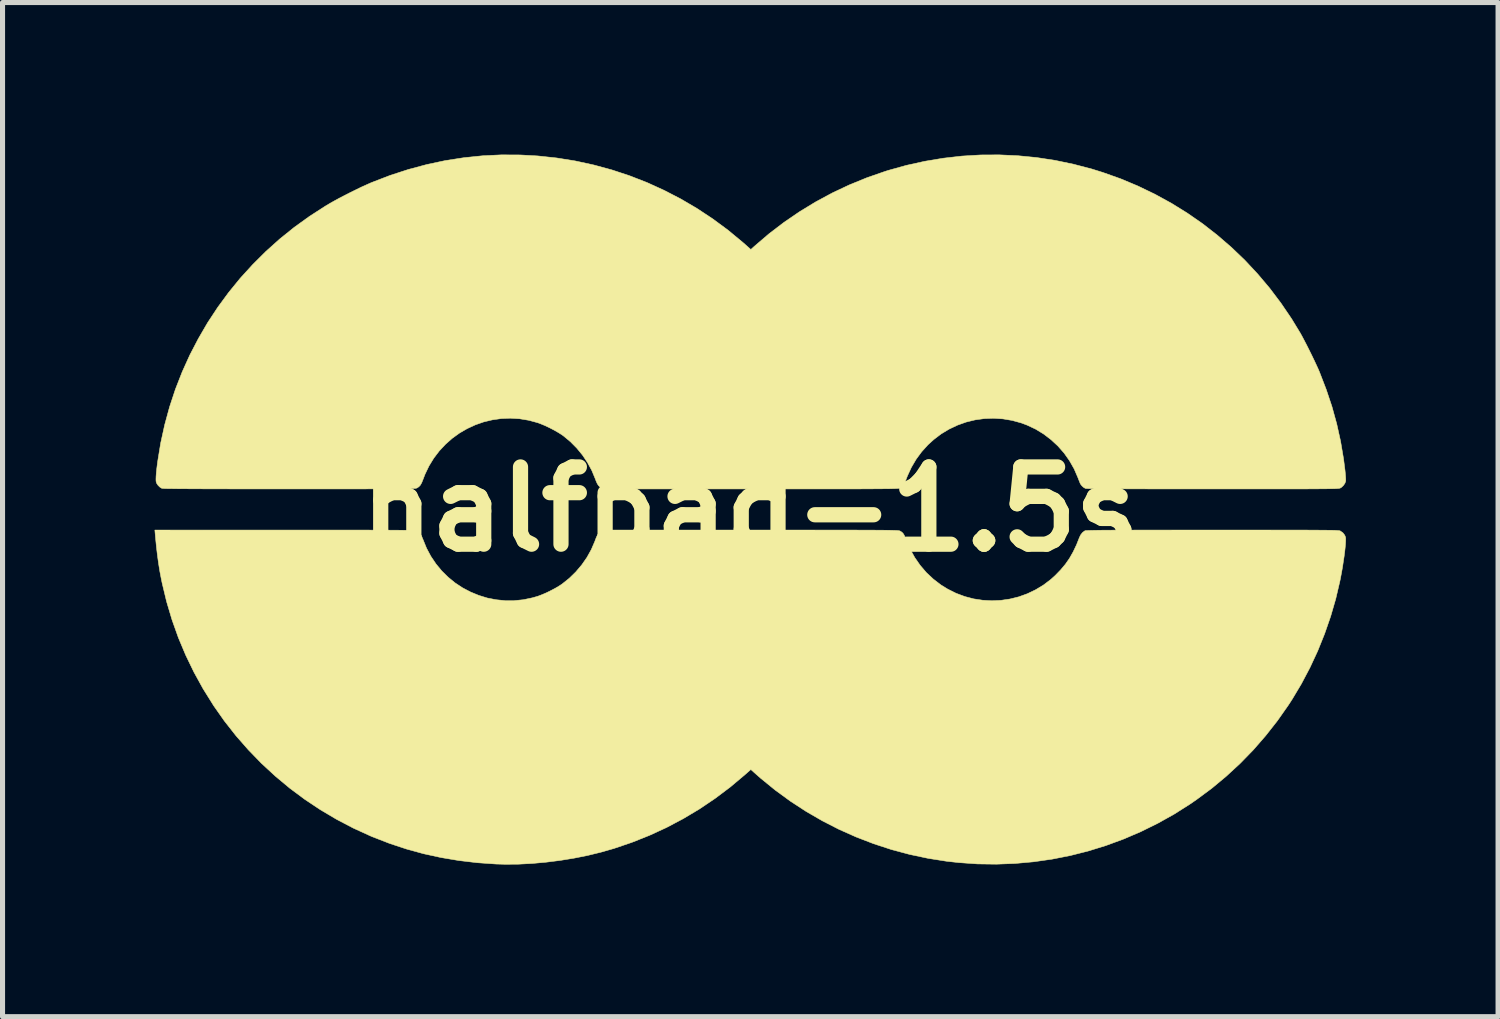
<source format=kicad_pcb>
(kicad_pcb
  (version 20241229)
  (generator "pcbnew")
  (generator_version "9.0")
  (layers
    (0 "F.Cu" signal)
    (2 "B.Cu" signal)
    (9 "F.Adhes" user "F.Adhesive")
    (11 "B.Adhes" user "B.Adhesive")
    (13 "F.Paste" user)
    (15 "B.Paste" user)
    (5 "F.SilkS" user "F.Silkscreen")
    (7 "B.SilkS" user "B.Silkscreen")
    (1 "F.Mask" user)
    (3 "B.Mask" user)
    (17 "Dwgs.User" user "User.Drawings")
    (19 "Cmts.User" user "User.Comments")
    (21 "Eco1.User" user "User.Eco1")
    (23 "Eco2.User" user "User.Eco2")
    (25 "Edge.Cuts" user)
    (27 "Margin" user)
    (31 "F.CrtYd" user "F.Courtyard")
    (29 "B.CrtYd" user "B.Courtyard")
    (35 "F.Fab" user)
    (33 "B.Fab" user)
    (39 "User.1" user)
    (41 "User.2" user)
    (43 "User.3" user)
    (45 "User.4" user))
  (footprint "halfpad-1.5s"
    (layer "F.Cu")
    (at 11.754 6.996)
    (property "Reference" "halfpad-1.5s" (at 0 0 0) (layer "F.SilkS") (effects (font (size 1.524 1.524) (thickness 0.3))))
    (attr through_hole)
    (fp_poly (pts (xy 0.294 0.41) (xy 0.56 0.41) (xy 0.808 0.41) (xy 1.038 0.41) (xy 1.25 0.41) (xy 1.446 0.411) (xy 1.626 0.411) (xy 1.79 0.411) (xy 1.94 0.411) (xy 2.077 0.411) (xy 2.2 0.412) (xy 2.31 0.412) (xy 2.409 0.412) (xy 2.497 0.413) (xy 2.575 0.413) (xy 2.642 0.414) (xy 2.701 0.414) (xy 2.751 0.415) (xy 2.794 0.416) (xy 2.83 0.417) (xy 2.859 0.418) (xy 2.883 0.419) (xy 2.902 0.42) (xy 2.917 0.422) (xy 2.928 0.423) (xy 2.936 0.424) (xy 2.942 0.426) (xy 2.947 0.428) (xy 2.95 0.429) (xy 2.981 0.448) (xy 3.007 0.471) (xy 3.028 0.502) (xy 3.049 0.544) (xy 3.072 0.602) (xy 3.073 0.605) (xy 3.149 0.785) (xy 3.241 0.952) (xy 3.349 1.107) (xy 3.471 1.25) (xy 3.608 1.378) (xy 3.758 1.493) (xy 3.891 1.575) (xy 4.057 1.658) (xy 4.229 1.722) (xy 4.404 1.768) (xy 4.583 1.795) (xy 4.762 1.805) (xy 4.941 1.797) (xy 5.119 1.771) (xy 5.293 1.728) (xy 5.462 1.667) (xy 5.625 1.589) (xy 5.781 1.495) (xy 5.927 1.384) (xy 6.011 1.308) (xy 6.119 1.197) (xy 6.213 1.085) (xy 6.295 0.967) (xy 6.367 0.84) (xy 6.433 0.701) (xy 6.49 0.557) (xy 6.515 0.506) (xy 6.549 0.462) (xy 6.588 0.431) (xy 6.602 0.424) (xy 6.608 0.422) (xy 6.62 0.421) (xy 6.638 0.42) (xy 6.663 0.419) (xy 6.696 0.418) (xy 6.736 0.417) (xy 6.786 0.416) (xy 6.846 0.415) (xy 6.915 0.414) (xy 6.996 0.413) (xy 7.089 0.413) (xy 7.194 0.412) (xy 7.312 0.412) (xy 7.444 0.412) (xy 7.59 0.411) (xy 7.751 0.411) (xy 7.928 0.411) (xy 8.122 0.411) (xy 8.333 0.41) (xy 8.561 0.41) (xy 8.809 0.41) (xy 9.075 0.41) (xy 9.117 0.41) (xy 9.38 0.41) (xy 9.624 0.41) (xy 9.85 0.41) (xy 10.057 0.41) (xy 10.248 0.41) (xy 10.422 0.411) (xy 10.581 0.411) (xy 10.725 0.411) (xy 10.855 0.411) (xy 10.971 0.411) (xy 11.076 0.412) (xy 11.168 0.412) (xy 11.249 0.413) (xy 11.32 0.413) (xy 11.381 0.414) (xy 11.433 0.415) (xy 11.477 0.415) (xy 11.514 0.416) (xy 11.545 0.417) (xy 11.569 0.419) (xy 11.589 0.42) (xy 11.604 0.421) (xy 11.615 0.423) (xy 11.623 0.424) (xy 11.63 0.426) (xy 11.635 0.428) (xy 11.638 0.43) (xy 11.688 0.465) (xy 11.724 0.512) (xy 11.74 0.552) (xy 11.743 0.58) (xy 11.742 0.626) (xy 11.739 0.687) (xy 11.732 0.761) (xy 11.723 0.845) (xy 11.711 0.937) (xy 11.696 1.035) (xy 11.681 1.136) (xy 11.663 1.239) (xy 11.644 1.34) (xy 11.629 1.416) (xy 11.547 1.766) (xy 11.446 2.114) (xy 11.327 2.457) (xy 11.191 2.795) (xy 11.038 3.124) (xy 10.869 3.444) (xy 10.685 3.752) (xy 10.613 3.863) (xy 10.397 4.171) (xy 10.166 4.465) (xy 9.921 4.747) (xy 9.661 5.014) (xy 9.387 5.267) (xy 9.1 5.506) (xy 8.799 5.729) (xy 8.668 5.819) (xy 8.354 6.018) (xy 8.031 6.198) (xy 7.7 6.361) (xy 7.362 6.506) (xy 7.017 6.633) (xy 6.665 6.742) (xy 6.309 6.832) (xy 5.949 6.903) (xy 5.585 6.955) (xy 5.219 6.988) (xy 4.851 7.002) (xy 4.482 6.997) (xy 4.112 6.971) (xy 3.876 6.945) (xy 3.507 6.887) (xy 3.143 6.81) (xy 2.784 6.714) (xy 2.432 6.599) (xy 2.086 6.466) (xy 1.749 6.316) (xy 1.419 6.147) (xy 1.099 5.962) (xy 0.789 5.76) (xy 0.489 5.541) (xy 0.201 5.306) (xy 0.082 5.201) (xy 0.008 5.134) (xy -0.109 5.237) (xy -0.398 5.48) (xy -0.697 5.705) (xy -1.007 5.914) (xy -1.327 6.105) (xy -1.656 6.279) (xy -1.993 6.434) (xy -2.339 6.572) (xy -2.692 6.692) (xy -2.947 6.765) (xy -3.208 6.829) (xy -3.478 6.883) (xy -3.754 6.928) (xy -4.032 6.963) (xy -4.308 6.988) (xy -4.578 7.002) (xy -4.839 7.004) (xy -5.019 6.999) (xy -5.391 6.973) (xy -5.752 6.93) (xy -6.103 6.871) (xy -6.447 6.796) (xy -6.785 6.703) (xy -7.118 6.593) (xy -7.448 6.465) (xy -7.496 6.445) (xy -7.835 6.29) (xy -8.165 6.117) (xy -8.484 5.928) (xy -8.792 5.723) (xy -9.089 5.502) (xy -9.373 5.265) (xy -9.645 5.014) (xy -9.903 4.748) (xy -10.148 4.469) (xy -10.378 4.176) (xy -10.593 3.87) (xy -10.601 3.856) (xy -10.799 3.539) (xy -10.979 3.212) (xy -11.141 2.877) (xy -11.285 2.534) (xy -11.41 2.183) (xy -11.517 1.824) (xy -11.605 1.459) (xy -11.623 1.371) (xy -11.651 1.225) (xy -11.675 1.076) (xy -11.697 0.919) (xy -11.717 0.752) (xy -11.735 0.57) (xy -11.744 0.468) (xy -11.749 0.41) (xy -9.185 0.411) (xy -8.917 0.411) (xy -8.668 0.411) (xy -8.438 0.411) (xy -8.226 0.411) (xy -8.031 0.411) (xy -7.852 0.411) (xy -7.689 0.411) (xy -7.541 0.411) (xy -7.407 0.412) (xy -7.286 0.412) (xy -7.178 0.412) (xy -7.082 0.413) (xy -6.997 0.413) (xy -6.923 0.414) (xy -6.859 0.414) (xy -6.803 0.415) (xy -6.756 0.416) (xy -6.716 0.417) (xy -6.683 0.418) (xy -6.657 0.419) (xy -6.635 0.42) (xy -6.618 0.421) (xy -6.606 0.423) (xy -6.596 0.424) (xy -6.588 0.426) (xy -6.583 0.428) (xy -6.579 0.429) (xy -6.543 0.451) (xy -6.514 0.483) (xy -6.488 0.528) (xy -6.463 0.589) (xy -6.46 0.595) (xy -6.39 0.768) (xy -6.304 0.929) (xy -6.203 1.079) (xy -6.089 1.217) (xy -5.963 1.341) (xy -5.826 1.453) (xy -5.679 1.55) (xy -5.523 1.632) (xy -5.36 1.699) (xy -5.192 1.751) (xy -5.018 1.785) (xy -4.841 1.803) (xy -4.662 1.803) (xy -4.481 1.785) (xy -4.301 1.747) (xy -4.193 1.716) (xy -4.114 1.686) (xy -4.025 1.648) (xy -3.934 1.603) (xy -3.845 1.556) (xy -3.765 1.508) (xy -3.714 1.474) (xy -3.574 1.362) (xy -3.445 1.236) (xy -3.328 1.098) (xy -3.225 0.95) (xy -3.139 0.795) (xy -3.07 0.635) (xy -3.063 0.615) (xy -3.039 0.552) (xy -3.015 0.504) (xy -2.991 0.47) (xy -2.963 0.445) (xy -2.94 0.432) (xy -2.896 0.41) (xy 0.009 0.41) (xy 0.294 0.41)) (stroke (width 0.01) (type solid)) (fill yes) (layer "F.SilkS"))
    (fp_poly (pts (xy -4.54 -6.989) (xy -4.196 -6.97) (xy -3.823 -6.93) (xy -3.455 -6.871) (xy -3.092 -6.792) (xy -2.735 -6.695) (xy -2.384 -6.579) (xy -2.04 -6.445) (xy -1.704 -6.292) (xy -1.375 -6.122) (xy -1.056 -5.935) (xy -0.746 -5.73) (xy -0.445 -5.508) (xy -0.156 -5.269) (xy -0.109 -5.228) (xy 0.008 -5.124) (xy 0.082 -5.191) (xy 0.365 -5.433) (xy 0.661 -5.659) (xy 0.968 -5.869) (xy 1.285 -6.062) (xy 1.613 -6.239) (xy 1.95 -6.398) (xy 2.295 -6.539) (xy 2.648 -6.662) (xy 2.717 -6.684) (xy 3.076 -6.784) (xy 3.438 -6.864) (xy 3.804 -6.925) (xy 4.171 -6.967) (xy 4.54 -6.989) (xy 4.909 -6.991) (xy 5.278 -6.974) (xy 5.646 -6.938) (xy 6.012 -6.882) (xy 6.375 -6.806) (xy 6.735 -6.712) (xy 6.952 -6.644) (xy 7.304 -6.519) (xy 7.647 -6.375) (xy 7.981 -6.214) (xy 8.304 -6.037) (xy 8.617 -5.843) (xy 8.92 -5.633) (xy 9.21 -5.407) (xy 9.488 -5.167) (xy 9.754 -4.912) (xy 10.006 -4.642) (xy 10.244 -4.36) (xy 10.468 -4.063) (xy 10.677 -3.755) (xy 10.849 -3.472) (xy 10.887 -3.403) (xy 10.93 -3.321) (xy 10.978 -3.229) (xy 11.027 -3.131) (xy 11.076 -3.032) (xy 11.123 -2.934) (xy 11.166 -2.842) (xy 11.203 -2.761) (xy 11.228 -2.702) (xy 11.359 -2.362) (xy 11.472 -2.024) (xy 11.566 -1.684) (xy 11.642 -1.341) (xy 11.701 -0.992) (xy 11.729 -0.772) (xy 11.735 -0.712) (xy 11.74 -0.655) (xy 11.743 -0.608) (xy 11.744 -0.572) (xy 11.743 -0.555) (xy 11.727 -0.511) (xy 11.697 -0.468) (xy 11.66 -0.433) (xy 11.64 -0.421) (xy 11.635 -0.418) (xy 11.63 -0.416) (xy 11.624 -0.415) (xy 11.616 -0.413) (xy 11.605 -0.411) (xy 11.591 -0.41) (xy 11.573 -0.409) (xy 11.549 -0.407) (xy 11.52 -0.406) (xy 11.484 -0.405) (xy 11.441 -0.405) (xy 11.39 -0.404) (xy 11.331 -0.403) (xy 11.262 -0.403) (xy 11.183 -0.402) (xy 11.093 -0.402) (xy 10.991 -0.401) (xy 10.877 -0.401) (xy 10.749 -0.401) (xy 10.608 -0.401) (xy 10.452 -0.401) (xy 10.281 -0.4) (xy 10.093 -0.4) (xy 9.889 -0.4) (xy 9.667 -0.4) (xy 9.426 -0.4) (xy 9.167 -0.4) (xy 9.118 -0.4) (xy 8.824 -0.4) (xy 8.549 -0.4) (xy 8.293 -0.401) (xy 8.057 -0.401) (xy 7.84 -0.401) (xy 7.641 -0.402) (xy 7.461 -0.402) (xy 7.299 -0.403) (xy 7.155 -0.403) (xy 7.028 -0.404) (xy 6.918 -0.405) (xy 6.826 -0.405) (xy 6.75 -0.406) (xy 6.691 -0.407) (xy 6.647 -0.408) (xy 6.62 -0.41) (xy 6.608 -0.411) (xy 6.608 -0.411) (xy 6.573 -0.431) (xy 6.538 -0.463) (xy 6.512 -0.497) (xy 6.51 -0.5) (xy 6.501 -0.52) (xy 6.488 -0.553) (xy 6.471 -0.595) (xy 6.46 -0.625) (xy 6.386 -0.796) (xy 6.294 -0.958) (xy 6.188 -1.108) (xy 6.066 -1.247) (xy 5.931 -1.372) (xy 5.784 -1.484) (xy 5.627 -1.58) (xy 5.459 -1.659) (xy 5.345 -1.702) (xy 5.164 -1.752) (xy 4.98 -1.783) (xy 4.796 -1.795) (xy 4.613 -1.788) (xy 4.433 -1.763) (xy 4.256 -1.72) (xy 4.085 -1.659) (xy 3.92 -1.581) (xy 3.762 -1.486) (xy 3.615 -1.374) (xy 3.502 -1.271) (xy 3.377 -1.133) (xy 3.269 -0.986) (xy 3.176 -0.828) (xy 3.097 -0.657) (xy 3.073 -0.595) (xy 3.05 -0.537) (xy 3.029 -0.493) (xy 3.008 -0.462) (xy 2.983 -0.439) (xy 2.952 -0.42) (xy 2.95 -0.419) (xy 2.946 -0.417) (xy 2.941 -0.416) (xy 2.935 -0.414) (xy 2.926 -0.413) (xy 2.914 -0.411) (xy 2.898 -0.41) (xy 2.879 -0.409) (xy 2.854 -0.408) (xy 2.823 -0.407) (xy 2.786 -0.406) (xy 2.742 -0.405) (xy 2.689 -0.404) (xy 2.629 -0.404) (xy 2.559 -0.403) (xy 2.48 -0.403) (xy 2.39 -0.402) (xy 2.288 -0.402) (xy 2.175 -0.401) (xy 2.049 -0.401) (xy 1.91 -0.401) (xy 1.757 -0.401) (xy 1.589 -0.401) (xy 1.406 -0.401) (xy 1.207 -0.4) (xy 0.991 -0.4) (xy 0.758 -0.4) (xy 0.506 -0.4) (xy 0.236 -0.4) (xy 0.009 -0.4) (xy -2.896 -0.4) (xy -2.94 -0.422) (xy -2.971 -0.441) (xy -2.998 -0.468) (xy -3.022 -0.505) (xy -3.045 -0.557) (xy -3.063 -0.605) (xy -3.129 -0.764) (xy -3.213 -0.919) (xy -3.312 -1.067) (xy -3.426 -1.206) (xy -3.552 -1.333) (xy -3.688 -1.446) (xy -3.713 -1.464) (xy -3.783 -1.509) (xy -3.866 -1.557) (xy -3.956 -1.604) (xy -4.048 -1.648) (xy -4.135 -1.684) (xy -4.193 -1.706) (xy -4.373 -1.755) (xy -4.554 -1.785) (xy -4.735 -1.796) (xy -4.913 -1.789) (xy -5.089 -1.764) (xy -5.261 -1.723) (xy -5.427 -1.665) (xy -5.587 -1.591) (xy -5.739 -1.503) (xy -5.882 -1.4) (xy -6.015 -1.282) (xy -6.137 -1.152) (xy -6.246 -1.009) (xy -6.341 -0.854) (xy -6.421 -0.687) (xy -6.46 -0.585) (xy -6.485 -0.523) (xy -6.511 -0.476) (xy -6.541 -0.444) (xy -6.575 -0.421) (xy -6.579 -0.419) (xy -6.584 -0.417) (xy -6.59 -0.416) (xy -6.598 -0.414) (xy -6.608 -0.412) (xy -6.622 -0.411) (xy -6.639 -0.41) (xy -6.662 -0.408) (xy -6.69 -0.407) (xy -6.725 -0.406) (xy -6.766 -0.406) (xy -6.815 -0.405) (xy -6.873 -0.404) (xy -6.94 -0.403) (xy -7.018 -0.403) (xy -7.106 -0.402) (xy -7.205 -0.402) (xy -7.317 -0.402) (xy -7.442 -0.402) (xy -7.58 -0.401) (xy -7.733 -0.401) (xy -7.902 -0.401) (xy -8.086 -0.401) (xy -8.287 -0.401) (xy -8.506 -0.401) (xy -8.742 -0.401) (xy -8.998 -0.401) (xy -9.102 -0.401) (xy -9.373 -0.401) (xy -9.624 -0.401) (xy -9.857 -0.401) (xy -10.071 -0.401) (xy -10.269 -0.401) (xy -10.449 -0.402) (xy -10.614 -0.402) (xy -10.763 -0.402) (xy -10.898 -0.403) (xy -11.018 -0.403) (xy -11.125 -0.404) (xy -11.22 -0.404) (xy -11.303 -0.405) (xy -11.374 -0.406) (xy -11.434 -0.407) (xy -11.485 -0.407) (xy -11.526 -0.408) (xy -11.558 -0.409) (xy -11.583 -0.411) (xy -11.6 -0.412) (xy -11.61 -0.413) (xy -11.614 -0.414) (xy -11.652 -0.438) (xy -11.688 -0.474) (xy -11.714 -0.513) (xy -11.72 -0.529) (xy -11.726 -0.556) (xy -11.727 -0.596) (xy -11.725 -0.65) (xy -11.72 -0.719) (xy -11.711 -0.805) (xy -11.698 -0.909) (xy -11.694 -0.939) (xy -11.634 -1.306) (xy -11.555 -1.666) (xy -11.458 -2.021) (xy -11.343 -2.369) (xy -11.21 -2.709) (xy -11.06 -3.041) (xy -10.892 -3.364) (xy -10.709 -3.679) (xy -10.509 -3.983) (xy -10.294 -4.276) (xy -10.064 -4.558) (xy -9.818 -4.828) (xy -9.559 -5.086) (xy -9.286 -5.331) (xy -8.999 -5.562) (xy -8.699 -5.778) (xy -8.386 -5.98) (xy -8.287 -6.039) (xy -8.205 -6.085) (xy -8.11 -6.137) (xy -8.005 -6.191) (xy -7.896 -6.247) (xy -7.786 -6.301) (xy -7.68 -6.353) (xy -7.58 -6.398) (xy -7.493 -6.437) (xy -7.464 -6.449) (xy -7.108 -6.586) (xy -6.748 -6.703) (xy -6.386 -6.8) (xy -6.021 -6.878) (xy -5.653 -6.935) (xy -5.284 -6.973) (xy -4.913 -6.991) (xy -4.54 -6.989)) (stroke (width 0.01) (type solid)) (fill yes) (layer "F.SilkS")))
  (gr_rect
    (start -3 -3)
    (end 26.503 17.006)
    (stroke (width 0.1) (type default))
    (fill no)
    (layer "Edge.Cuts")))
</source>
